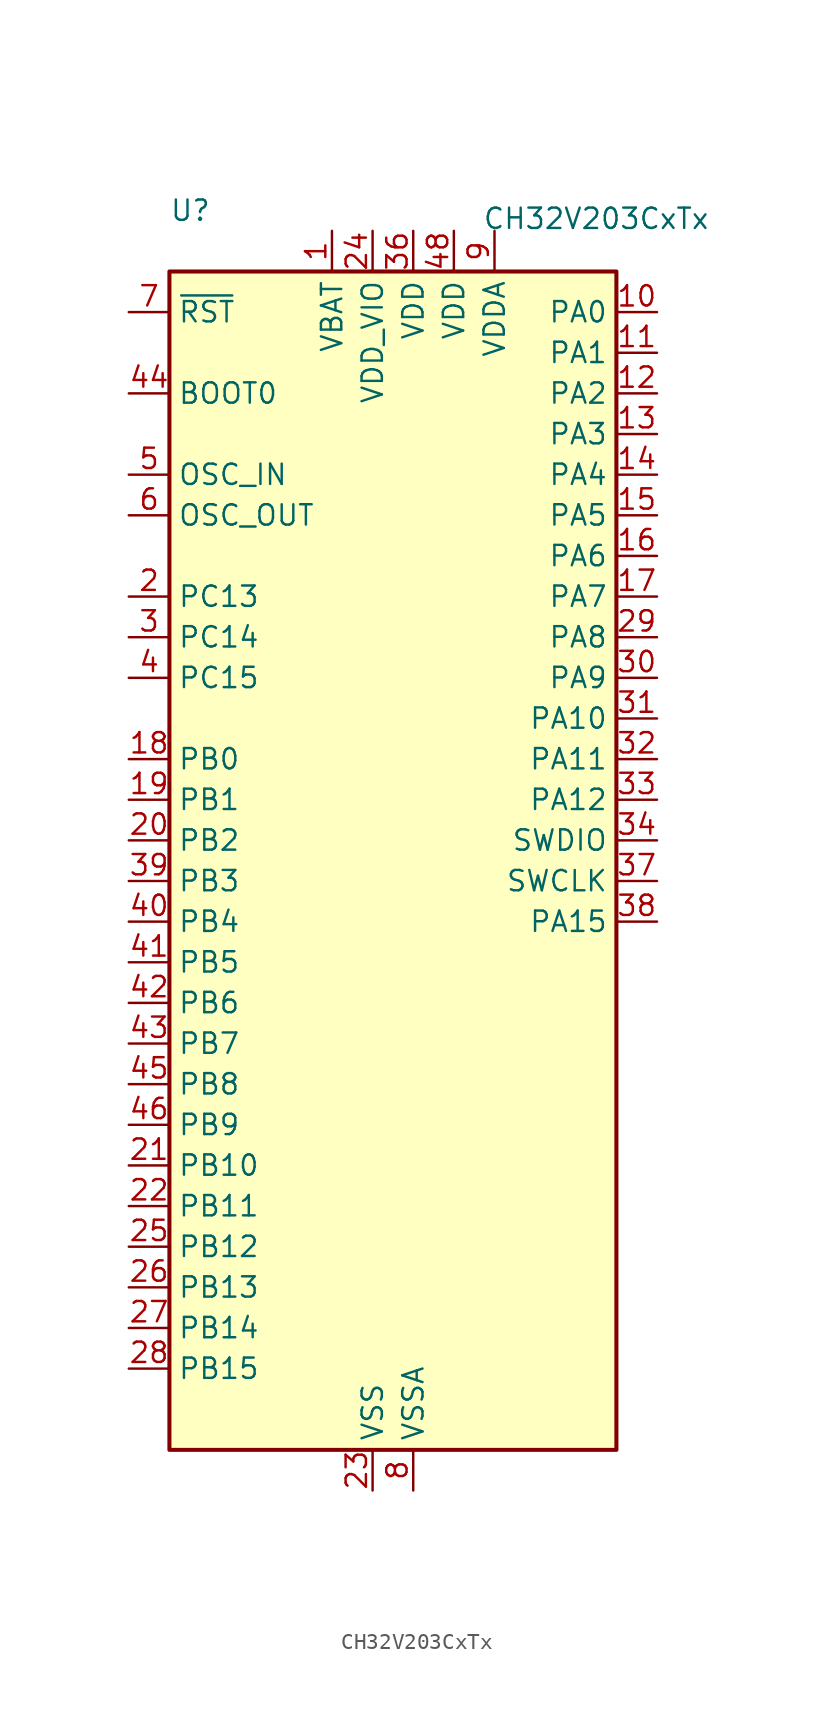
<source format=kicad_sym>
(kicad_symbol_lib
  (version 20231120)
  (generator "kicad_symbol_editor")
  (generator_version "8.0")
  (symbol "CH32V203CxTx"
    (property "Reference" "U"
      (at -12.7 39.37 0)
      (effects (font (size 1.27 1.27)) (justify left)))
    (property "Value" "CH32V203CxTx"
      (at 6.858 38.862 0)
      (effects (font (size 1.27 1.27)) (justify left)))
    (symbol "CH32V203CxTx_0_0"
      (pin power_in line (at -2.54 38.1 270) (length 2.54) (name "VBAT" (effects (font (size 1.27 1.27)))) (number "1" (effects (font (size 1.27 1.27)))))
      (pin power_in line (at 0 -40.64 90) (length 2.54) (name "VSS" (effects (font (size 1.27 1.27)))) (number "23" (effects (font (size 1.27 1.27)))))
      (pin power_in line (at 0 38.1 270) (length 2.54) (name "VDD_VIO" (effects (font (size 1.27 1.27)))) (number "24" (effects (font (size 1.27 1.27)))))
      (pin input line (at -15.24 27.94 0) (length 2.54) (name "BOOT0" (effects (font (size 1.27 1.27)))) (number "44" (effects (font (size 1.27 1.27)))))
      (pin power_in line (at 2.54 -40.64 90) (length 2.54) (name "VSSA" (effects (font (size 1.27 1.27)))) (number "8" (effects (font (size 1.27 1.27)))))
      (pin power_in line (at 7.62 38.1 270) (length 2.54) (name "VDDA" (effects (font (size 1.27 1.27)))) (number "9" (effects (font (size 1.27 1.27))))))
    (symbol "CH32V203CxTx_0_1"
      (rectangle (start -12.7 -38.1) (end 15.24 35.56) (stroke (width 0.254) (type default)) (fill (type background))))
    (symbol "CH32V203CxTx_1_0"
      (pin bidirectional line (at 17.78 33.02 180) (length 2.54) (name "PA0" (effects (font (size 1.27 1.27)))) (number "10" (effects (font (size 1.27 1.27)))) (alternate "ADC_IN0" bidirectional line) (alternate "TIM2_CH1" bidirectional line) (alternate "TIM2_CH1_ETR" bidirectional line) (alternate "TIM2_CH1_ETR_2" bidirectional line) (alternate "TIM2_ETR" bidirectional line) (alternate "USART2_CTS" bidirectional line) (alternate "WKUP" bidirectional line))
      (pin bidirectional line (at 17.78 30.48 180) (length 2.54) (name "PA1" (effects (font (size 1.27 1.27)))) (number "11" (effects (font (size 1.27 1.27)))) (alternate "ADC_IN1" bidirectional line) (alternate "TIM2_CH2" bidirectional line) (alternate "TIM2_CH2_2" bidirectional line) (alternate "USART2_RTS" bidirectional line))
      (pin bidirectional line (at 17.78 27.94 180) (length 2.54) (name "PA2" (effects (font (size 1.27 1.27)))) (number "12" (effects (font (size 1.27 1.27)))) (alternate "ADC_IN2" bidirectional line) (alternate "OPA2_OUT0" bidirectional line) (alternate "TIM2_CH3" bidirectional line) (alternate "TIM2_CH3_1" bidirectional line) (alternate "USART2_TX" bidirectional line))
      (pin bidirectional line (at 17.78 25.4 180) (length 2.54) (name "PA3" (effects (font (size 1.27 1.27)))) (number "13" (effects (font (size 1.27 1.27)))) (alternate "ADC_IN3" bidirectional line) (alternate "OPA1_OUT0" bidirectional line) (alternate "TIM2_CH4" bidirectional line) (alternate "TIM2_CH4_1" bidirectional line) (alternate "USART2_RX" bidirectional line))
      (pin bidirectional line (at 17.78 22.86 180) (length 2.54) (name "PA4" (effects (font (size 1.27 1.27)))) (number "14" (effects (font (size 1.27 1.27)))) (alternate "ADC_IN4" bidirectional line) (alternate "OPA2_OUT1" bidirectional line) (alternate "SPI1_NSS" bidirectional line) (alternate "USART2_CK" bidirectional line))
      (pin bidirectional line (at 17.78 20.32 180) (length 2.54) (name "PA5" (effects (font (size 1.27 1.27)))) (number "15" (effects (font (size 1.27 1.27)))) (alternate "ADC_IN5" bidirectional line) (alternate "OPA2_CH1N" bidirectional line) (alternate "SPI1_SCK" bidirectional line) (alternate "USART4_TX_1" bidirectional line))
      (pin bidirectional line (at 17.78 17.78 180) (length 2.54) (name "PA6" (effects (font (size 1.27 1.27)))) (number "16" (effects (font (size 1.27 1.27)))) (alternate "ADC_IN6" bidirectional line) (alternate "OPA1_CH1N" bidirectional line) (alternate "SPI1_MISO" bidirectional line) (alternate "TIM1_BKIN_1" bidirectional line) (alternate "TIM3_CH1" bidirectional line) (alternate "USART4_CK_1" bidirectional line))
      (pin bidirectional line (at 17.78 15.24 180) (length 2.54) (name "PA7" (effects (font (size 1.27 1.27)))) (number "17" (effects (font (size 1.27 1.27)))) (alternate "ADC_IN7" bidirectional line) (alternate "OPA2_CH1P" bidirectional line) (alternate "SPI1_MOSI" bidirectional line) (alternate "TIM1_CH1N_1" bidirectional line) (alternate "TIM3_CH2" bidirectional line) (alternate "USART4_CTS_1" bidirectional line))
      (pin bidirectional line (at -15.24 5.08 0) (length 2.54) (name "PB0" (effects (font (size 1.27 1.27)))) (number "18" (effects (font (size 1.27 1.27)))) (alternate "ADC_IN8" bidirectional line) (alternate "OPA1_CH1P" bidirectional line) (alternate "TIM1_CH2N_1" bidirectional line) (alternate "TIM3_CH3" bidirectional line) (alternate "TIM3_CH3_2" bidirectional line) (alternate "USART4_TX" bidirectional line))
      (pin bidirectional line (at -15.24 2.54 0) (length 2.54) (name "PB1" (effects (font (size 1.27 1.27)))) (number "19" (effects (font (size 1.27 1.27)))) (alternate "ADC_IN9" bidirectional line) (alternate "OPA1_OUT1" bidirectional line) (alternate "TIM1_CH3N_1" bidirectional line) (alternate "TIM3_CH4" bidirectional line) (alternate "TIM3_CH4_2" bidirectional line) (alternate "UART4_RX" bidirectional line))
      (pin bidirectional line (at -15.24 15.24 0) (length 2.54) (name "PC13" (effects (font (size 1.27 1.27)))) (number "2" (effects (font (size 1.27 1.27)))) (alternate "TAMPER-RTC" bidirectional line))
      (pin bidirectional line (at -15.24 0 0) (length 2.54) (name "PB2" (effects (font (size 1.27 1.27)))) (number "20" (effects (font (size 1.27 1.27)))) (alternate "BOOT1" bidirectional line) (alternate "USART4_CK" bidirectional line))
      (pin bidirectional line (at -15.24 -20.32 0) (length 2.54) (name "PB10" (effects (font (size 1.27 1.27)))) (number "21" (effects (font (size 1.27 1.27)))) (alternate "I2C2_SCL" bidirectional line) (alternate "OPA2_CH0N" bidirectional line) (alternate "TIM2_CH3_2" bidirectional line) (alternate "TIM2_CH3_3" bidirectional line) (alternate "USART3_TX" bidirectional line))
      (pin bidirectional line (at -15.24 -22.86 0) (length 2.54) (name "PB11" (effects (font (size 1.27 1.27)))) (number "22" (effects (font (size 1.27 1.27)))) (alternate "I2C2_SDA" bidirectional line) (alternate "OPA1_CH0N" bidirectional line) (alternate "TIM2_CH4_2" bidirectional line) (alternate "TIM2_CH4_3" bidirectional line) (alternate "USART3_RX" bidirectional line))
      (pin bidirectional line (at -15.24 -25.4 0) (length 2.54) (name "PB12" (effects (font (size 1.27 1.27)))) (number "25" (effects (font (size 1.27 1.27)))) (alternate "I2C2_SMBA" bidirectional line) (alternate "SPI2_NSS" bidirectional line) (alternate "TIM1_BKIN" bidirectional line) (alternate "USART3_CK" bidirectional line))
      (pin bidirectional line (at -15.24 -27.94 0) (length 2.54) (name "PB13" (effects (font (size 1.27 1.27)))) (number "26" (effects (font (size 1.27 1.27)))) (alternate "SPI2_SCK" bidirectional line) (alternate "TIM1_CH1N" bidirectional line) (alternate "USART3_CTS" bidirectional line))
      (pin bidirectional line (at -15.24 -30.48 0) (length 2.54) (name "PB14" (effects (font (size 1.27 1.27)))) (number "27" (effects (font (size 1.27 1.27)))) (alternate "OPA2_CH0P" bidirectional line) (alternate "SPI2_MISO" bidirectional line) (alternate "TIM1_CH2N" bidirectional line) (alternate "USART3_RTS" bidirectional line))
      (pin bidirectional line (at -15.24 -33.02 0) (length 2.54) (name "PB15" (effects (font (size 1.27 1.27)))) (number "28" (effects (font (size 1.27 1.27)))) (alternate "OPA1_CH0P" bidirectional line) (alternate "SPI2_MOSI" bidirectional line) (alternate "TIM1_CH3N" bidirectional line))
      (pin bidirectional line (at 17.78 12.7 180) (length 2.54) (name "PA8" (effects (font (size 1.27 1.27)))) (number "29" (effects (font (size 1.27 1.27)))) (alternate "MCO" bidirectional line) (alternate "TIM1_CH1" bidirectional line) (alternate "TIM1_CH1_1" bidirectional line) (alternate "USART1_CK" bidirectional line) (alternate "USART1_CK_1" bidirectional line))
      (pin bidirectional line (at -15.24 12.7 0) (length 2.54) (name "PC14" (effects (font (size 1.27 1.27)))) (number "3" (effects (font (size 1.27 1.27)))) (alternate "OSC32_IN" bidirectional line))
      (pin bidirectional line (at 17.78 10.16 180) (length 2.54) (name "PA9" (effects (font (size 1.27 1.27)))) (number "30" (effects (font (size 1.27 1.27)))) (alternate "TIM1_CH2" bidirectional line) (alternate "TIM1_CH2_1" bidirectional line) (alternate "USART1_TX" bidirectional line))
      (pin bidirectional line (at 17.78 7.62 180) (length 2.54) (name "PA10" (effects (font (size 1.27 1.27)))) (number "31" (effects (font (size 1.27 1.27)))) (alternate "TIM1_CH3" bidirectional line) (alternate "TIM1_CH3_1" bidirectional line) (alternate "USART1_RX" bidirectional line))
      (pin bidirectional line (at 17.78 5.08 180) (length 2.54) (name "PA11" (effects (font (size 1.27 1.27)))) (number "32" (effects (font (size 1.27 1.27)))) (alternate "CAN1_RX" bidirectional line) (alternate "TIM1_CH4" bidirectional line) (alternate "TIM1_CH4_1" bidirectional line) (alternate "USART1_CTS" bidirectional line) (alternate "USART1_CTS_1" bidirectional line) (alternate "USBDM" bidirectional line))
      (pin bidirectional line (at 17.78 2.54 180) (length 2.54) (name "PA12" (effects (font (size 1.27 1.27)))) (number "33" (effects (font (size 1.27 1.27)))) (alternate "CAN1_TX" bidirectional line) (alternate "TIM1_ETR" bidirectional line) (alternate "TIM1_ETR_1" bidirectional line) (alternate "USART1_RTS" bidirectional line) (alternate "USART1_RTS_1" bidirectional line) (alternate "USBDP" bidirectional line))
      (pin bidirectional line (at 17.78 0 180) (length 2.54) (name "SWDIO" (effects (font (size 1.27 1.27)))) (number "34" (effects (font (size 1.27 1.27)))) (alternate "PA13" bidirectional line))
      (pin passive line (at 0 -40.64 90) (length 2.54) hide (name "VSS" (effects (font (size 1.27 1.27)))) (number "35" (effects (font (size 1.27 1.27)))))
      (pin power_in line (at 2.54 38.1 270) (length 2.54) (name "VDD" (effects (font (size 1.27 1.27)))) (number "36" (effects (font (size 1.27 1.27)))))
      (pin bidirectional line (at 17.78 -2.54 180) (length 2.54) (name "SWCLK" (effects (font (size 1.27 1.27)))) (number "37" (effects (font (size 1.27 1.27)))) (alternate "PA14" bidirectional line))
      (pin bidirectional line (at 17.78 -5.08 180) (length 2.54) (name "PA15" (effects (font (size 1.27 1.27)))) (number "38" (effects (font (size 1.27 1.27)))) (alternate "TIM2_CH13" bidirectional line) (alternate "TIM2_CH1_1" bidirectional line) (alternate "TIM2_ETR_1" bidirectional line) (alternate "TIM2_ETR_3" bidirectional line) (alternate "USART4_RTS_1" bidirectional line))
      (pin bidirectional line (at -15.24 -2.54 0) (length 2.54) (name "PB3" (effects (font (size 1.27 1.27)))) (number "39" (effects (font (size 1.27 1.27)))) (alternate "SPI1_SCK_1" bidirectional line) (alternate "TIM2_CH2_1" bidirectional line) (alternate "TIM2_CH2_3" bidirectional line) (alternate "USART4_CTS" bidirectional line))
      (pin bidirectional line (at -15.24 10.16 0) (length 2.54) (name "PC15" (effects (font (size 1.27 1.27)))) (number "4" (effects (font (size 1.27 1.27)))) (alternate "OSC32_OUT" bidirectional line))
      (pin bidirectional line (at -15.24 -5.08 0) (length 2.54) (name "PB4" (effects (font (size 1.27 1.27)))) (number "40" (effects (font (size 1.27 1.27)))) (alternate "SPI1_MISO" bidirectional line) (alternate "TIM3_CH1_2" bidirectional line) (alternate "USART4_RTS" bidirectional line))
      (pin bidirectional line (at -15.24 -7.62 0) (length 2.54) (name "PB5" (effects (font (size 1.27 1.27)))) (number "41" (effects (font (size 1.27 1.27)))) (alternate "CAN2_RX" bidirectional line) (alternate "SPI1_MOSI_1" bidirectional line) (alternate "TIM3_CH2_2" bidirectional line) (alternate "USART4_RX_1" bidirectional line))
      (pin bidirectional line (at -15.24 -10.16 0) (length 2.54) (name "PB6" (effects (font (size 1.27 1.27)))) (number "42" (effects (font (size 1.27 1.27)))) (alternate "I2C1_SCL" bidirectional line) (alternate "TIM4_CH1" bidirectional line) (alternate "USART1_TX_1" bidirectional line) (alternate "USBFS_DM" bidirectional line))
      (pin bidirectional line (at -15.24 -12.7 0) (length 2.54) (name "PB7" (effects (font (size 1.27 1.27)))) (number "43" (effects (font (size 1.27 1.27)))) (alternate "I2C1_SDA" bidirectional line) (alternate "TIM4_CH2" bidirectional line) (alternate "USART1_RX_1" bidirectional line) (alternate "USBFS_DP" bidirectional line))
      (pin bidirectional line (at -15.24 -15.24 0) (length 2.54) (name "PB8" (effects (font (size 1.27 1.27)))) (number "45" (effects (font (size 1.27 1.27)))) (alternate "CAN1_RX_2" bidirectional line) (alternate "I2C1_SCL_1" bidirectional line) (alternate "TIM4_CH3" bidirectional line))
      (pin bidirectional line (at -15.24 -17.78 0) (length 2.54) (name "PB9" (effects (font (size 1.27 1.27)))) (number "46" (effects (font (size 1.27 1.27)))) (alternate "CAN1_TX_2" bidirectional line) (alternate "I2C1_SDA_1" bidirectional line) (alternate "TIM4_CH4" bidirectional line))
      (pin passive line (at 0 -40.64 90) (length 2.54) hide (name "VSS" (effects (font (size 1.27 1.27)))) (number "47" (effects (font (size 1.27 1.27)))))
      (pin power_in line (at 5.08 38.1 270) (length 2.54) (name "VDD" (effects (font (size 1.27 1.27)))) (number "48" (effects (font (size 1.27 1.27)))))
      (pin bidirectional line (at -15.24 22.86 0) (length 2.54) (name "OSC_IN" (effects (font (size 1.27 1.27)))) (number "5" (effects (font (size 1.27 1.27)))) (alternate "PD0" bidirectional line))
      (pin bidirectional line (at -15.24 20.32 0) (length 2.54) (name "OSC_OUT" (effects (font (size 1.27 1.27)))) (number "6" (effects (font (size 1.27 1.27)))) (alternate "PD1" bidirectional line))
      (pin input line (at -15.24 33.02 0) (length 2.54) (name "~{RST}" (effects (font (size 1.27 1.27)))) (number "7" (effects (font (size 1.27 1.27))))))))
</source>
